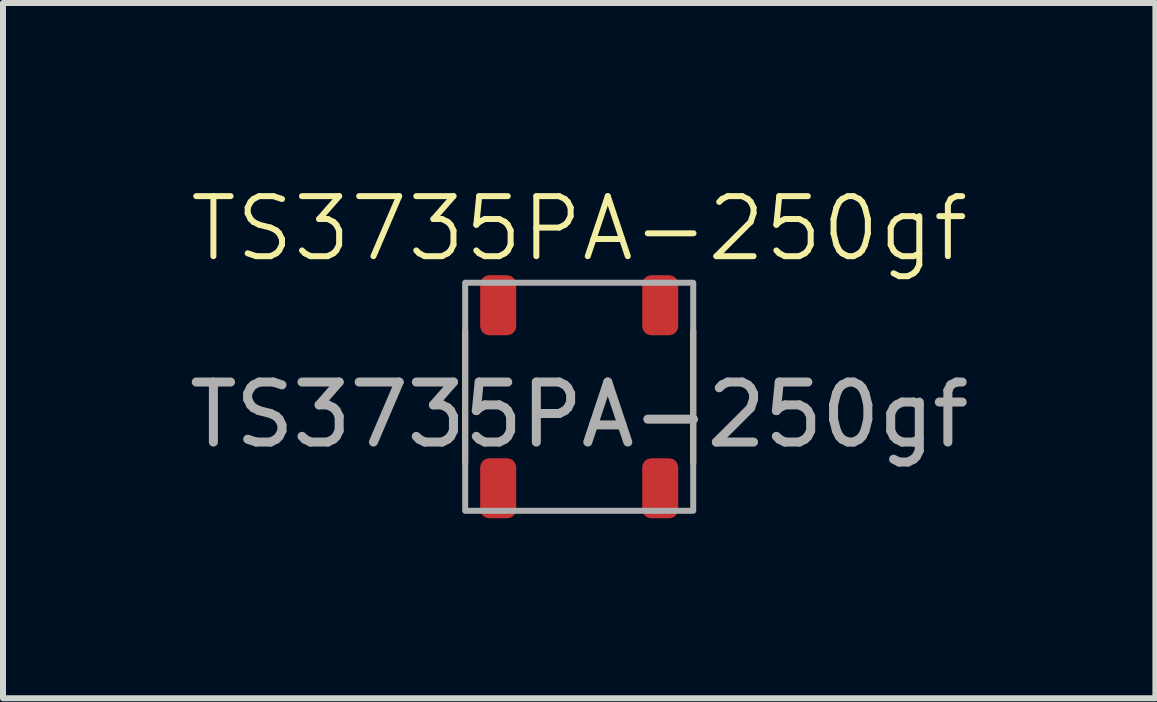
<source format=kicad_pcb>
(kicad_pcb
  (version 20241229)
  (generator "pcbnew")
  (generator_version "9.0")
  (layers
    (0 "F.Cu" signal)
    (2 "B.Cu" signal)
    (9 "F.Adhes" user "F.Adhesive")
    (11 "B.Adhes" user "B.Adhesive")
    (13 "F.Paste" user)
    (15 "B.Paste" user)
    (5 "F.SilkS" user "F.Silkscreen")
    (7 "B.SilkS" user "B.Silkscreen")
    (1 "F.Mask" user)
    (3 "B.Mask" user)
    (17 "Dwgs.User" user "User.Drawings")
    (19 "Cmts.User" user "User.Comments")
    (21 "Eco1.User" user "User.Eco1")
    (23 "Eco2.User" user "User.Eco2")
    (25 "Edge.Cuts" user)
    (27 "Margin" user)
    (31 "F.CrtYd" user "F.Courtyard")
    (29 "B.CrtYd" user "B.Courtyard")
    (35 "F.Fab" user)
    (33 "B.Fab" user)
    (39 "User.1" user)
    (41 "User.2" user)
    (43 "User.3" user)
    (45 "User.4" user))
  (footprint "TS3735PA-250gf"
    (layer "F.Cu")
    (at 6.601 3.561)
    (property "Reference" "TS3735PA-250gf" (at 0 -2.8 0) (unlocked yes) (layer "F.SilkS") (effects (font (size 1 1) (thickness 0.1))))
    (attr smd)
    (fp_line (start -1.9 -1.1) (end -1.9 1.1) (stroke (width 0.1) (type default)) (layer "F.SilkS"))
    (fp_line (start 1.9 -1.1) (end 1.9 1.1) (stroke (width 0.1) (type default)) (layer "F.SilkS"))
    (fp_rect (start -1.9 -1.9) (end 1.9 1.9) (stroke (width 0.1) (type default)) (fill no) (layer "F.Fab"))
    (fp_text user "${REFERENCE}" (at 0 0.3 0) (unlocked yes) (layer "F.Fab") (effects (font (size 1 1) (thickness 0.15))))
    (pad "1" smd roundrect (at -1.35 -1.525 180) (size 0.6 1) (layers "F.Cu" "F.Mask" "F.Paste") (roundrect_rratio 0.25))
    (pad "1" smd roundrect (at -1.35 1.525) (size 0.6 1) (layers "F.Cu" "F.Mask" "F.Paste") (roundrect_rratio 0.25))
    (pad "2" smd roundrect (at 1.35 -1.525 180) (size 0.6 1) (layers "F.Cu" "F.Mask" "F.Paste") (roundrect_rratio 0.25))
    (pad "2" smd roundrect (at 1.35 1.525) (size 0.6 1) (layers "F.Cu" "F.Mask" "F.Paste") (roundrect_rratio 0.25)))
  (gr_rect
    (start -3 -3)
    (end 16.202 8.585)
    (stroke (width 0.1) (type default))
    (fill no)
    (layer "Edge.Cuts")))
</source>
